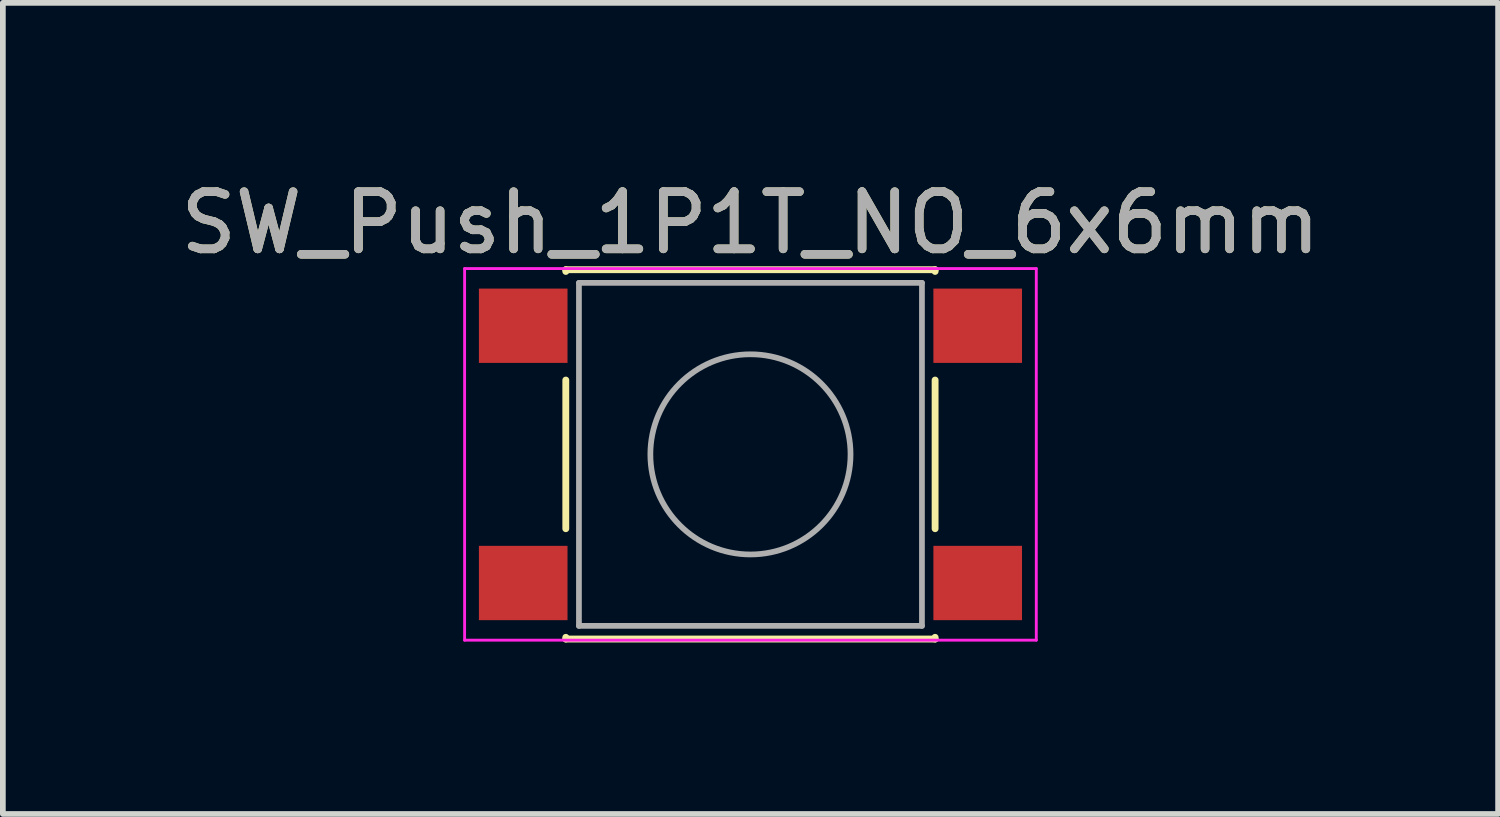
<source format=kicad_pcb>
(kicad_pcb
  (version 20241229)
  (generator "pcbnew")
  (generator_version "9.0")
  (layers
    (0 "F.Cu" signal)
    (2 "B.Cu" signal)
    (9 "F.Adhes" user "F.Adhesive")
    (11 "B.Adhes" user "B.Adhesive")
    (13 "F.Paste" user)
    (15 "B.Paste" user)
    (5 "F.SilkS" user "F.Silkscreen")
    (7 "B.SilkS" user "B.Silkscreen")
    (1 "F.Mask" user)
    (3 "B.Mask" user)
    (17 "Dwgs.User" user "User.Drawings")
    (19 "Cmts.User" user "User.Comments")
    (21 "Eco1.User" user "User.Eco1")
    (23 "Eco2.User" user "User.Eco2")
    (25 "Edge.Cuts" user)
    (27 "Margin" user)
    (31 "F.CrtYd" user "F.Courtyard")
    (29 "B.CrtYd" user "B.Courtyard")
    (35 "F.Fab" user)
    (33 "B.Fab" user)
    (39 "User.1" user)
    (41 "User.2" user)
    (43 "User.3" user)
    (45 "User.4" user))
  (footprint "SW_Push_1P1T_NO_6x6mm"
    (layer "F.Cu")
    (at 10.077 4.898)
    (property "Reference" "SW_Push_1P1T_NO_6x6mm" (at 0 -4.05 0) (layer "F.SilkS") (effects (font (size 1 1) (thickness 0.15))))
    (attr smd)
    (fp_line (start -3.23 -3.23) (end 3.23 -3.23) (stroke (width 0.12) (type solid)) (layer "F.SilkS"))
    (fp_line (start -3.23 -3.2) (end -3.23 -3.23) (stroke (width 0.12) (type solid)) (layer "F.SilkS"))
    (fp_line (start -3.23 -1.3) (end -3.23 1.3) (stroke (width 0.12) (type solid)) (layer "F.SilkS"))
    (fp_line (start -3.23 3.23) (end -3.23 3.2) (stroke (width 0.12) (type solid)) (layer "F.SilkS"))
    (fp_line (start -3.23 3.23) (end 3.23 3.23) (stroke (width 0.12) (type solid)) (layer "F.SilkS"))
    (fp_line (start 3.23 -3.23) (end 3.23 -3.2) (stroke (width 0.12) (type solid)) (layer "F.SilkS"))
    (fp_line (start 3.23 -1.3) (end 3.23 1.3) (stroke (width 0.12) (type solid)) (layer "F.SilkS"))
    (fp_line (start 3.23 3.23) (end 3.23 3.2) (stroke (width 0.12) (type solid)) (layer "F.SilkS"))
    (fp_line (start -5 -3.25) (end -5 3.25) (stroke (width 0.05) (type solid)) (layer "F.CrtYd"))
    (fp_line (start -5 -3.25) (end 5 -3.25) (stroke (width 0.05) (type solid)) (layer "F.CrtYd"))
    (fp_line (start -5 3.25) (end 5 3.25) (stroke (width 0.05) (type solid)) (layer "F.CrtYd"))
    (fp_line (start 5 3.25) (end 5 -3.25) (stroke (width 0.05) (type solid)) (layer "F.CrtYd"))
    (fp_line (start -3 -3) (end -3 3) (stroke (width 0.1) (type solid)) (layer "F.Fab"))
    (fp_line (start -3 3) (end 3 3) (stroke (width 0.1) (type solid)) (layer "F.Fab"))
    (fp_line (start 3 -3) (end -3 -3) (stroke (width 0.1) (type solid)) (layer "F.Fab"))
    (fp_line (start 3 3) (end 3 -3) (stroke (width 0.1) (type solid)) (layer "F.Fab"))
    (fp_circle (center 0 0) (end 1.75 -0.05) (stroke (width 0.1) (type solid)) (fill no) (layer "F.Fab"))
    (fp_text user "${REFERENCE}" (at 0 -4.05 0) (layer "F.Fab") (effects (font (size 1 1) (thickness 0.15))))
    (pad "1" smd rect (at -3.975 -2.25) (size 1.55 1.3) (layers "F.Cu" "F.Mask" "F.Paste"))
    (pad "1" smd rect (at 3.975 -2.25) (size 1.55 1.3) (layers "F.Cu" "F.Mask" "F.Paste"))
    (pad "2" smd rect (at -3.975 2.25) (size 1.55 1.3) (layers "F.Cu" "F.Mask" "F.Paste"))
    (pad "2" smd rect (at 3.975 2.25) (size 1.55 1.3) (layers "F.Cu" "F.Mask" "F.Paste")))
  (gr_rect
    (start -3 -3)
    (end 23.155 11.188)
    (stroke (width 0.1) (type default))
    (fill no)
    (layer "Edge.Cuts")))
</source>
